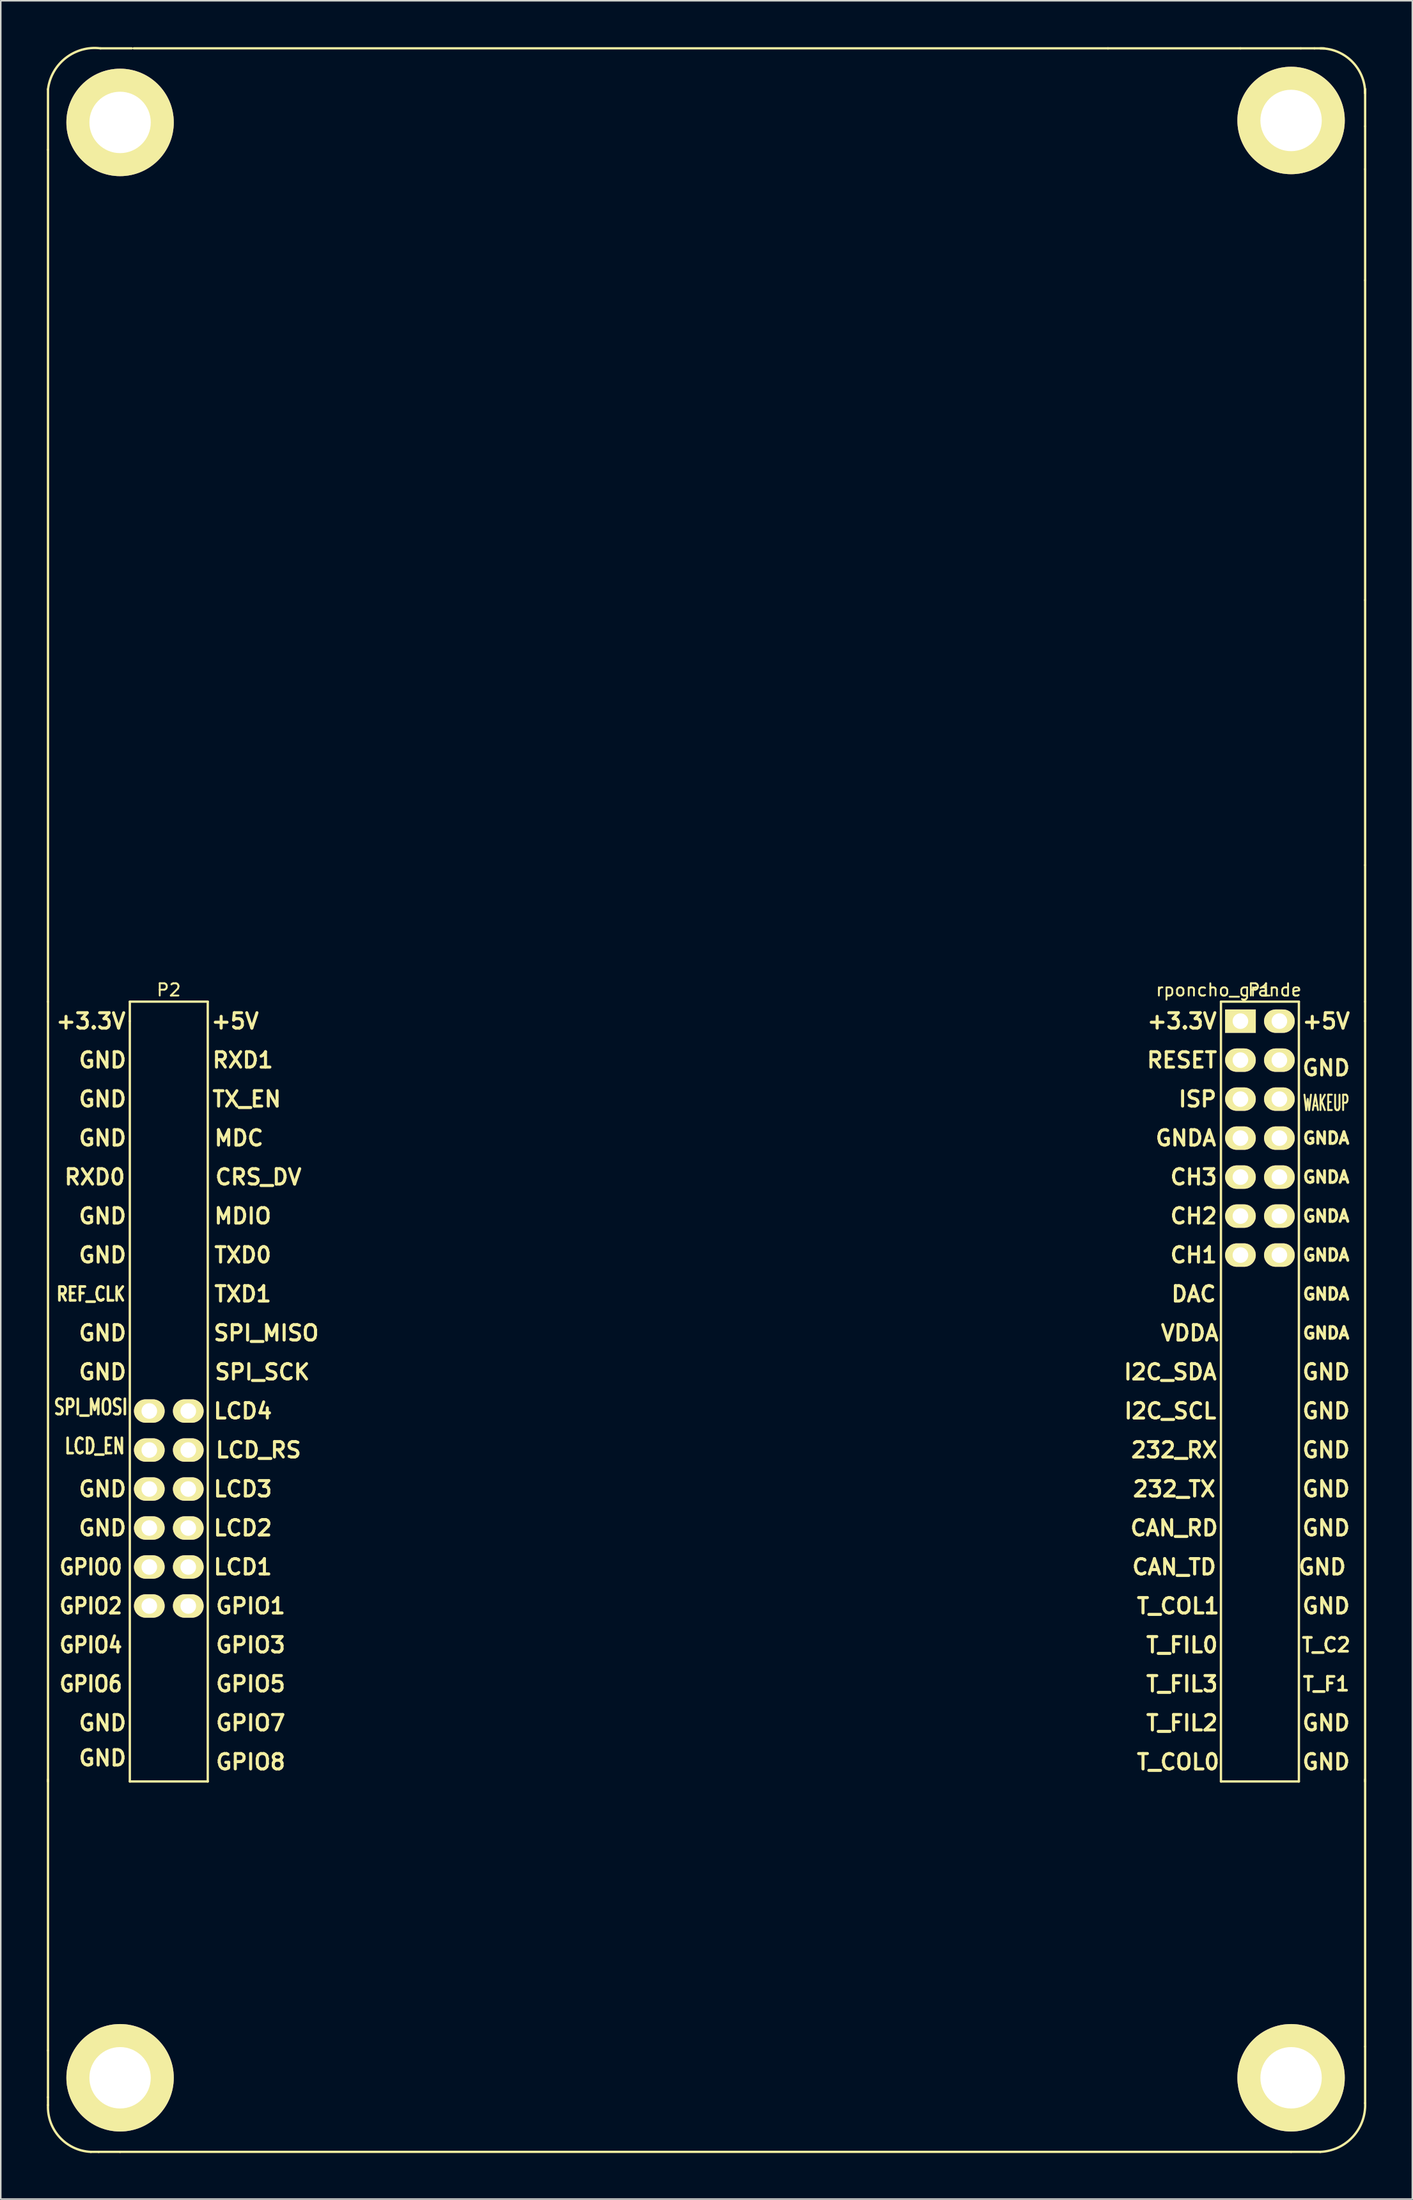
<source format=kicad_pcb>
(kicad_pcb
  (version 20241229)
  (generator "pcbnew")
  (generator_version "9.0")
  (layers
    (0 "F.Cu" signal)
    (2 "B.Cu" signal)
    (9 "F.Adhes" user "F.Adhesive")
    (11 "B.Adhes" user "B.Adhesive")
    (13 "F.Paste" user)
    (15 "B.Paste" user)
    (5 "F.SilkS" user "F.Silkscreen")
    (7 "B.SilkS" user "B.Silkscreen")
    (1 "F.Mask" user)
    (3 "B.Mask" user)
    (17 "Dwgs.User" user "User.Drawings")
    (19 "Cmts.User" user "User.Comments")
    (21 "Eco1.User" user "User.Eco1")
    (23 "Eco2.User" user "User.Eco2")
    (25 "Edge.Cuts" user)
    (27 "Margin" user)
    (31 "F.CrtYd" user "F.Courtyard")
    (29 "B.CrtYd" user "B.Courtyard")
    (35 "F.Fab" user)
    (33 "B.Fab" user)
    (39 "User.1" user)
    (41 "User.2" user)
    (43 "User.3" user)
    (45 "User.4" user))
  (footprint "rponcho_grande"
    (layer "F.Cu")
    (at 77.802 63.472)
    (property "Reference" "rponcho_grande" (at -0.762 -2.032 180) (layer "F.SilkS") (effects (font (size 0.8 0.8) (thickness 0.12))))
    (attr through_hole)
    (fp_line (start -77.724 -60.706) (end -77.724 -56.769) (stroke (width 0.15) (type solid)) (layer "F.SilkS"))
    (fp_line (start -77.724 -1.27) (end -77.724 -56.769) (stroke (width 0.15) (type solid)) (layer "F.SilkS"))
    (fp_line (start -77.724 -1.27) (end -77.724 49.53) (stroke (width 0.15) (type solid)) (layer "F.SilkS"))
    (fp_line (start -77.724 49.403) (end -77.724 67.056) (stroke (width 0.15) (type solid)) (layer "F.SilkS"))
    (fp_line (start -77.724 67.056) (end -77.724 70.104) (stroke (width 0.15) (type solid)) (layer "F.SilkS"))
    (fp_line (start -77.724 70.612) (end -77.724 70.104) (stroke (width 0.15) (type solid)) (layer "F.SilkS"))
    (fp_line (start -74.422 73.66) (end -74.93 73.66) (stroke (width 0.15) (type solid)) (layer "F.SilkS"))
    (fp_line (start -73.025 73.66) (end -74.422 73.66) (stroke (width 0.15) (type solid)) (layer "F.SilkS"))
    (fp_line (start -72.39 -1.27) (end -67.31 -1.27) (stroke (width 0.15) (type solid)) (layer "F.SilkS"))
    (fp_line (start -72.39 0) (end -72.39 -1.27) (stroke (width 0.15) (type solid)) (layer "F.SilkS"))
    (fp_line (start -72.39 49.53) (end -72.39 0) (stroke (width 0.15) (type solid)) (layer "F.SilkS"))
    (fp_line (start -72.263 -63.373) (end -74.295 -63.373) (stroke (width 0.15) (type solid)) (layer "F.SilkS"))
    (fp_line (start -67.31 -1.27) (end -67.31 49.53) (stroke (width 0.15) (type solid)) (layer "F.SilkS"))
    (fp_line (start -67.31 49.53) (end -72.39 49.53) (stroke (width 0.15) (type solid)) (layer "F.SilkS"))
    (fp_line (start -8.636 -63.373) (end -72.136 -63.373) (stroke (width 0.15) (type solid)) (layer "F.SilkS"))
    (fp_line (start -1.27 49.53) (end -1.27 -1.27) (stroke (width 0.15) (type solid)) (layer "F.SilkS"))
    (fp_line (start 0 -63.373) (end -8.636 -63.373) (stroke (width 0.15) (type solid)) (layer "F.SilkS"))
    (fp_line (start 0 -63.373) (end 3.937 -63.373) (stroke (width 0.15) (type solid)) (layer "F.SilkS"))
    (fp_line (start 3.302 73.66) (end -73.025 73.66) (stroke (width 0.15) (type solid)) (layer "F.SilkS"))
    (fp_line (start 3.302 73.66) (end 5.207 73.66) (stroke (width 0.15) (type solid)) (layer "F.SilkS"))
    (fp_line (start 3.81 -1.27) (end -1.27 -1.27) (stroke (width 0.15) (type solid)) (layer "F.SilkS"))
    (fp_line (start 3.81 49.53) (end -1.27 49.53) (stroke (width 0.15) (type solid)) (layer "F.SilkS"))
    (fp_line (start 3.81 49.53) (end 3.81 -1.27) (stroke (width 0.15) (type solid)) (layer "F.SilkS"))
    (fp_line (start 3.937 -63.373) (end 4.826 -63.373) (stroke (width 0.15) (type solid)) (layer "F.SilkS"))
    (fp_line (start 5.461 -63.373) (end 4.826 -63.373) (stroke (width 0.15) (type solid)) (layer "F.SilkS"))
    (fp_line (start 8.128 -60.706) (end 8.128 -60.452) (stroke (width 0.15) (type solid)) (layer "F.SilkS"))
    (fp_line (start 8.128 -60.579) (end 8.128 -60.706) (stroke (width 0.15) (type solid)) (layer "F.SilkS"))
    (fp_line (start 8.128 -58.293) (end 8.128 -60.579) (stroke (width 0.15) (type solid)) (layer "F.SilkS"))
    (fp_line (start 8.128 -55.499) (end 8.128 -58.293) (stroke (width 0.15) (type solid)) (layer "F.SilkS"))
    (fp_line (start 8.128 -48.26) (end 8.128 -55.499) (stroke (width 0.15) (type solid)) (layer "F.SilkS"))
    (fp_line (start 8.128 -27.432) (end 8.128 -48.26) (stroke (width 0.15) (type solid)) (layer "F.SilkS"))
    (fp_line (start 8.128 -10.16) (end 8.128 -27.432) (stroke (width 0.15) (type solid)) (layer "F.SilkS"))
    (fp_line (start 8.128 -1.27) (end 8.128 -10.16) (stroke (width 0.15) (type solid)) (layer "F.SilkS"))
    (fp_line (start 8.128 0) (end 8.128 -1.27) (stroke (width 0.15) (type solid)) (layer "F.SilkS"))
    (fp_line (start 8.128 0) (end 8.128 49.53) (stroke (width 0.15) (type solid)) (layer "F.SilkS"))
    (fp_line (start 8.128 49.403) (end 8.128 66.802) (stroke (width 0.15) (type solid)) (layer "F.SilkS"))
    (fp_line (start 8.128 66.802) (end 8.128 70.485) (stroke (width 0.15) (type solid)) (layer "F.SilkS"))
    (fp_arc (start -77.724 -60.706) (mid -76.561854 -62.749669) (end -74.295 -63.373) (stroke (width 0.15) (type solid)) (layer "F.SilkS"))
    (fp_arc (start -74.93 73.66) (mid -76.958261 72.714656) (end -77.724 70.612) (stroke (width 0.15) (type solid)) (layer "F.SilkS"))
    (fp_arc (start 5.207 -63.373) (mid 7.272459 -62.517459) (end 8.128 -60.452) (stroke (width 0.15) (type solid)) (layer "F.SilkS"))
    (fp_arc (start 8.128 70.485) (mid 7.325064 72.677459) (end 5.207 73.66) (stroke (width 0.15) (type solid)) (layer "F.SilkS"))
    (fp_text user "GNDA" (at 5.588 12.7 0) (layer "F.SilkS") (effects (font (size 0.76 0.76) (thickness 0.19))))
    (fp_text user "CH3" (at -3.048 10.16 0) (layer "F.SilkS") (effects (font (size 1 1) (thickness 0.2))))
    (fp_text user "GPIO6" (at -74.93 43.18 0) (layer "F.SilkS") (effects (font (size 1 0.9) (thickness 0.2))))
    (fp_text user "GND" (at -74.168 15.24 0) (layer "F.SilkS") (effects (font (size 1 1) (thickness 0.2))))
    (fp_text user "ISP" (at -2.794 5.08 0) (layer "F.SilkS") (effects (font (size 1 1) (thickness 0.2))))
    (fp_text user "GNDA" (at 5.588 17.78 0) (layer "F.SilkS") (effects (font (size 0.76 0.76) (thickness 0.19))))
    (fp_text user "GNDA" (at 5.588 15.24 0) (layer "F.SilkS") (effects (font (size 0.76 0.76) (thickness 0.19))))
    (fp_text user "GPIO7" (at -64.516 45.72 0) (layer "F.SilkS") (effects (font (size 1 1) (thickness 0.2))))
    (fp_text user "GND" (at -74.168 2.54 0) (layer "F.SilkS") (effects (font (size 1 1) (thickness 0.2))))
    (fp_text user "VDDA" (at -3.302 20.32 0) (layer "F.SilkS") (effects (font (size 1 1) (thickness 0.2))))
    (fp_text user "P2" (at -69.85 -2.032 0) (layer "F.SilkS") (effects (font (size 0.8 0.8) (thickness 0.12))))
    (fp_text user "GND" (at 5.588 27.94 0) (layer "F.SilkS") (effects (font (size 1 1) (thickness 0.2))))
    (fp_text user "GND" (at 5.588 45.72 0) (layer "F.SilkS") (effects (font (size 1 1) (thickness 0.2))))
    (fp_text user "CH2" (at -3.048 12.7 0) (layer "F.SilkS") (effects (font (size 1 1) (thickness 0.2))))
    (fp_text user "RXD0" (at -74.676 10.16 0) (layer "F.SilkS") (effects (font (size 1 1) (thickness 0.2))))
    (fp_text user "CRS_DV" (at -64.008 10.16 0) (layer "F.SilkS") (effects (font (size 1 1) (thickness 0.2))))
    (fp_text user "CAN_RD" (at -4.318 33.02 0) (layer "F.SilkS") (effects (font (size 1 1) (thickness 0.2))))
    (fp_text user "GND" (at -74.168 20.32 0) (layer "F.SilkS") (effects (font (size 1 1) (thickness 0.2))))
    (fp_text user "RESET" (at -3.81 2.54 0) (layer "F.SilkS") (effects (font (size 1 1) (thickness 0.2))))
    (fp_text user "T_FIL2" (at -3.81 45.72 0) (layer "F.SilkS") (effects (font (size 1 1) (thickness 0.2))))
    (fp_text user "GND" (at 5.334 35.56 0) (layer "F.SilkS") (effects (font (size 1 1) (thickness 0.2))))
    (fp_text user "CAN_TD" (at -4.318 35.56 0) (layer "F.SilkS") (effects (font (size 1 1) (thickness 0.2))))
    (fp_text user "I2C_SCL" (at -4.572 25.4 0) (layer "F.SilkS") (effects (font (size 1 1) (thickness 0.2))))
    (fp_text user "GPIO5" (at -64.516 43.18 0) (layer "F.SilkS") (effects (font (size 1 1) (thickness 0.2))))
    (fp_text user "GND" (at 5.588 30.48 0) (layer "F.SilkS") (effects (font (size 1 1) (thickness 0.2))))
    (fp_text user "GND" (at -74.168 48.006 0) (layer "F.SilkS") (effects (font (size 1 1) (thickness 0.2))))
    (fp_text user "GND" (at 5.588 22.86 0) (layer "F.SilkS") (effects (font (size 1 1) (thickness 0.2))))
    (fp_text user "GND" (at 5.588 48.26 0) (layer "F.SilkS") (effects (font (size 1 1) (thickness 0.2))))
    (fp_text user "GPIO3" (at -64.516 40.64 0) (layer "F.SilkS") (effects (font (size 1 1) (thickness 0.2))))
    (fp_text user "GNDA" (at -3.556 7.62 0) (layer "F.SilkS") (effects (font (size 1 1) (thickness 0.2))))
    (fp_text user "MDIO" (at -65.024 12.7 0) (layer "F.SilkS") (effects (font (size 1 1) (thickness 0.2))))
    (fp_text user "T_COL0" (at -4.064 48.26 0) (layer "F.SilkS") (effects (font (size 1 1) (thickness 0.2))))
    (fp_text user "232_TX" (at -4.318 30.48 0) (layer "F.SilkS") (effects (font (size 1 1) (thickness 0.2))))
    (fp_text user "T_C2" (at 5.588 40.64 0) (layer "F.SilkS") (effects (font (size 0.9 0.9) (thickness 0.18))))
    (fp_text user "T_FIL0" (at -3.81 40.64 0) (layer "F.SilkS") (effects (font (size 1 1) (thickness 0.2))))
    (fp_text user "WAKEUP" (at 5.588 5.334 0) (layer "F.SilkS") (effects (font (size 1 0.5) (thickness 0.125))))
    (fp_text user "RXD1" (at -65.024 2.54 0) (layer "F.SilkS") (effects (font (size 1 1) (thickness 0.2))))
    (fp_text user "+5V" (at 5.588 0 0) (layer "F.SilkS") (effects (font (size 1 1) (thickness 0.2))))
    (fp_text user "GND" (at 5.588 3.048 0) (layer "F.SilkS") (effects (font (size 1 1) (thickness 0.2))))
    (fp_text user "REF_CLK" (at -74.93 17.78 0) (layer "F.SilkS") (effects (font (size 0.9 0.7) (thickness 0.175))))
    (fp_text user "GND" (at 5.588 33.02 0) (layer "F.SilkS") (effects (font (size 1 1) (thickness 0.2))))
    (fp_text user "T_FIL3" (at -3.81 43.18 0) (layer "F.SilkS") (effects (font (size 1 1) (thickness 0.2))))
    (fp_text user "GNDA" (at 5.588 7.62 0) (layer "F.SilkS") (effects (font (size 0.76 0.76) (thickness 0.19))))
    (fp_text user "TXD0" (at -65.024 15.24 0) (layer "F.SilkS") (effects (font (size 1 1) (thickness 0.2))))
    (fp_text user "GND" (at -74.168 30.48 0) (layer "F.SilkS") (effects (font (size 1 1) (thickness 0.2))))
    (fp_text user "LCD_EN" (at -74.676 27.686 0) (layer "F.SilkS") (effects (font (size 1 0.7) (thickness 0.17))))
    (fp_text user "LCD2" (at -65.024 33.02 0) (layer "F.SilkS") (effects (font (size 1 1) (thickness 0.2))))
    (fp_text user "MDC" (at -65.278 7.62 0) (layer "F.SilkS") (effects (font (size 1 1) (thickness 0.2))))
    (fp_text user "LCD_RS" (at -64.008 27.94 0) (layer "F.SilkS") (effects (font (size 1 1) (thickness 0.2))))
    (fp_text user "LCD4" (at -65.024 25.4 0) (layer "F.SilkS") (effects (font (size 1 1) (thickness 0.2))))
    (fp_text user "GND" (at -74.168 7.62 0) (layer "F.SilkS") (effects (font (size 1 1) (thickness 0.2))))
    (fp_text user "GPIO1" (at -64.516 38.1 0) (layer "F.SilkS") (effects (font (size 1 1) (thickness 0.2))))
    (fp_text user "TXD1" (at -65.024 17.78 0) (layer "F.SilkS") (effects (font (size 1 1) (thickness 0.2))))
    (fp_text user "T_F1" (at 5.588 43.18 0) (layer "F.SilkS") (effects (font (size 0.9 0.9) (thickness 0.18))))
    (fp_text user "SPI_MOSI" (at -74.93 25.146 0) (layer "F.SilkS") (effects (font (size 1 0.7) (thickness 0.17))))
    (fp_text user "+5V" (at -65.532 0 0) (layer "F.SilkS") (effects (font (size 1 1) (thickness 0.2))))
    (fp_text user "CH1" (at -3.048 15.24 0) (layer "F.SilkS") (effects (font (size 1 1) (thickness 0.2))))
    (fp_text user "P1" (at 1.27 -2.032 0) (layer "F.SilkS") (effects (font (size 0.8 0.8) (thickness 0.12))))
    (fp_text user "GNDA" (at 5.588 10.16 0) (layer "F.SilkS") (effects (font (size 0.76 0.76) (thickness 0.19))))
    (fp_text user "SPI_MISO" (at -63.5 20.32 0) (layer "F.SilkS") (effects (font (size 1 1) (thickness 0.2))))
    (fp_text user "GND" (at -74.168 33.02 0) (layer "F.SilkS") (effects (font (size 1 1) (thickness 0.2))))
    (fp_text user "GND" (at -74.168 5.08 0) (layer "F.SilkS") (effects (font (size 1 1) (thickness 0.2))))
    (fp_text user "GND" (at 5.588 38.1 0) (layer "F.SilkS") (effects (font (size 1 1) (thickness 0.2))))
    (fp_text user "TX_EN" (at -64.77 5.08 0) (layer "F.SilkS") (effects (font (size 1 1) (thickness 0.2))))
    (fp_text user "GNDA" (at 5.588 20.32 0) (layer "F.SilkS") (effects (font (size 0.76 0.76) (thickness 0.19))))
    (fp_text user "+3.3V" (at -74.93 0 0) (layer "F.SilkS") (effects (font (size 1 1) (thickness 0.2))))
    (fp_text user "GPIO2" (at -74.93 38.1 0) (layer "F.SilkS") (effects (font (size 1 0.9) (thickness 0.2))))
    (fp_text user "+3.3V" (at -3.81 0 0) (layer "F.SilkS") (effects (font (size 1 1) (thickness 0.2))))
    (fp_text user "GND" (at -74.168 45.72 0) (layer "F.SilkS") (effects (font (size 1 1) (thickness 0.2))))
    (fp_text user "I2C_SDA" (at -4.572 22.86 0) (layer "F.SilkS") (effects (font (size 1 1) (thickness 0.2))))
    (fp_text user "GND" (at 5.588 25.4 0) (layer "F.SilkS") (effects (font (size 1 1) (thickness 0.2))))
    (fp_text user "GPIO4" (at -74.93 40.64 0) (layer "F.SilkS") (effects (font (size 1 0.9) (thickness 0.2))))
    (fp_text user "LCD3" (at -65.024 30.48 0) (layer "F.SilkS") (effects (font (size 1 1) (thickness 0.2))))
    (fp_text user "DAC" (at -3.048 17.78 0) (layer "F.SilkS") (effects (font (size 1 1) (thickness 0.2))))
    (fp_text user "SPI_SCK" (at -63.754 22.86 0) (layer "F.SilkS") (effects (font (size 1 1) (thickness 0.2))))
    (fp_text user "T_COL1" (at -4.064 38.1 0) (layer "F.SilkS") (effects (font (size 1 1) (thickness 0.2))))
    (fp_text user "GPIO0" (at -74.93 35.56 0) (layer "F.SilkS") (effects (font (size 1 0.9) (thickness 0.2))))
    (fp_text user "GPIO8" (at -64.516 48.26 0) (layer "F.SilkS") (effects (font (size 1 1) (thickness 0.2))))
    (fp_text user "GND" (at -74.168 12.7 0) (layer "F.SilkS") (effects (font (size 1 1) (thickness 0.2))))
    (fp_text user "GND" (at -74.168 22.86 0) (layer "F.SilkS") (effects (font (size 1 1) (thickness 0.2))))
    (fp_text user "LCD1" (at -65.024 35.56 0) (layer "F.SilkS") (effects (font (size 1 1) (thickness 0.2))))
    (fp_text user "232_RX" (at -4.318 27.94 0) (layer "F.SilkS") (effects (font (size 1 1) (thickness 0.2))))
    (pad "1" thru_hole rect (at 0 0 270) (size 1.524 2) (drill 1.016) (layers "*.Cu" "*.Mask" "F.SilkS"))
    (pad "2" thru_hole oval (at 2.54 0 270) (size 1.524 2) (drill 1.016) (layers "*.Cu" "*.Mask" "F.SilkS"))
    (pad "3" thru_hole oval (at 0 2.54 270) (size 1.524 2) (drill 1.016) (layers "*.Cu" "*.Mask" "F.SilkS"))
    (pad "4" thru_hole oval (at 2.54 2.54 270) (size 1.524 2) (drill 1.016) (layers "*.Cu" "*.Mask" "F.SilkS"))
    (pad "5" thru_hole oval (at 0 5.08 270) (size 1.524 2) (drill 1.016) (layers "*.Cu" "*.Mask" "F.SilkS"))
    (pad "6" thru_hole oval (at 2.54 5.08 270) (size 1.524 2) (drill 1.016) (layers "*.Cu" "*.Mask" "F.SilkS"))
    (pad "7" thru_hole oval (at 0 7.62 270) (size 1.524 2) (drill 1.016) (layers "*.Cu" "*.Mask" "F.SilkS"))
    (pad "8" thru_hole oval (at 2.54 7.62 270) (size 1.524 2) (drill 1.016) (layers "*.Cu" "*.Mask" "F.SilkS"))
    (pad "9" thru_hole oval (at 0 10.16 270) (size 1.524 2) (drill 1.016) (layers "*.Cu" "*.Mask" "F.SilkS"))
    (pad "10" thru_hole oval (at 2.54 10.16 270) (size 1.524 2) (drill 1.016) (layers "*.Cu" "*.Mask" "F.SilkS"))
    (pad "11" thru_hole oval (at 0 12.7 270) (size 1.524 2) (drill 1.016) (layers "*.Cu" "*.Mask" "F.SilkS"))
    (pad "12" thru_hole oval (at 2.54 12.7 270) (size 1.524 2) (drill 1.016) (layers "*.Cu" "*.Mask" "F.SilkS"))
    (pad "13" thru_hole oval (at 0 15.24 270) (size 1.524 2) (drill 1.016) (layers "*.Cu" "*.Mask" "F.SilkS"))
    (pad "14" thru_hole oval (at 2.54 15.24 270) (size 1.524 2) (drill 1.016) (layers "*.Cu" "*.Mask" "F.SilkS"))
    (pad "61" thru_hole oval (at -71.12 25.4 270) (size 1.524 2) (drill 1.016) (layers "*.Cu" "*.Mask" "F.SilkS"))
    (pad "62" thru_hole oval (at -68.58 25.4 270) (size 1.524 2) (drill 1.016) (layers "*.Cu" "*.Mask" "F.SilkS"))
    (pad "63" thru_hole oval (at -71.12 27.94 270) (size 1.524 2) (drill 1.016) (layers "*.Cu" "*.Mask" "F.SilkS"))
    (pad "64" thru_hole oval (at -68.58 27.94 270) (size 1.524 2) (drill 1.016) (layers "*.Cu" "*.Mask" "F.SilkS"))
    (pad "65" thru_hole oval (at -71.12 30.48 270) (size 1.524 2) (drill 1.016) (layers "*.Cu" "*.Mask" "F.SilkS"))
    (pad "66" thru_hole oval (at -68.58 30.48 270) (size 1.524 2) (drill 1.016) (layers "*.Cu" "*.Mask" "F.SilkS"))
    (pad "67" thru_hole oval (at -71.12 33.02 270) (size 1.524 2) (drill 1.016) (layers "*.Cu" "*.Mask" "F.SilkS"))
    (pad "68" thru_hole oval (at -68.58 33.02 270) (size 1.524 2) (drill 1.016) (layers "*.Cu" "*.Mask" "F.SilkS"))
    (pad "69" thru_hole oval (at -71.12 35.56 270) (size 1.524 2) (drill 1.016) (layers "*.Cu" "*.Mask" "F.SilkS"))
    (pad "70" thru_hole oval (at -68.58 35.56 270) (size 1.524 2) (drill 1.016) (layers "*.Cu" "*.Mask" "F.SilkS"))
    (pad "71" thru_hole oval (at -71.12 38.1 270) (size 1.524 2) (drill 1.016) (layers "*.Cu" "*.Mask" "F.SilkS"))
    (pad "72" thru_hole oval (at -68.58 38.1 270) (size 1.524 2) (drill 1.016) (layers "*.Cu" "*.Mask" "F.SilkS"))
    (pad "~" thru_hole circle (at -73.025 -58.547) (size 7 7) (drill 4) (layers "*.Cu" "*.Mask" "F.SilkS"))
    (pad "~" thru_hole circle (at -73.025 68.834) (size 7 7) (drill 4) (layers "*.Cu" "*.Mask" "F.SilkS"))
    (pad "~" thru_hole circle (at 3.302 -58.674) (size 7 7) (drill 4) (layers "*.Cu" "*.Mask" "F.SilkS"))
    (pad "~" thru_hole circle (at 3.302 68.834) (size 7 7) (drill 4) (layers "*.Cu" "*.Mask" "F.SilkS")))
  (gr_rect
    (start -3 -3)
    (end 89.007 140.207)
    (stroke (width 0.1) (type default))
    (fill no)
    (layer "Edge.Cuts")))
</source>
